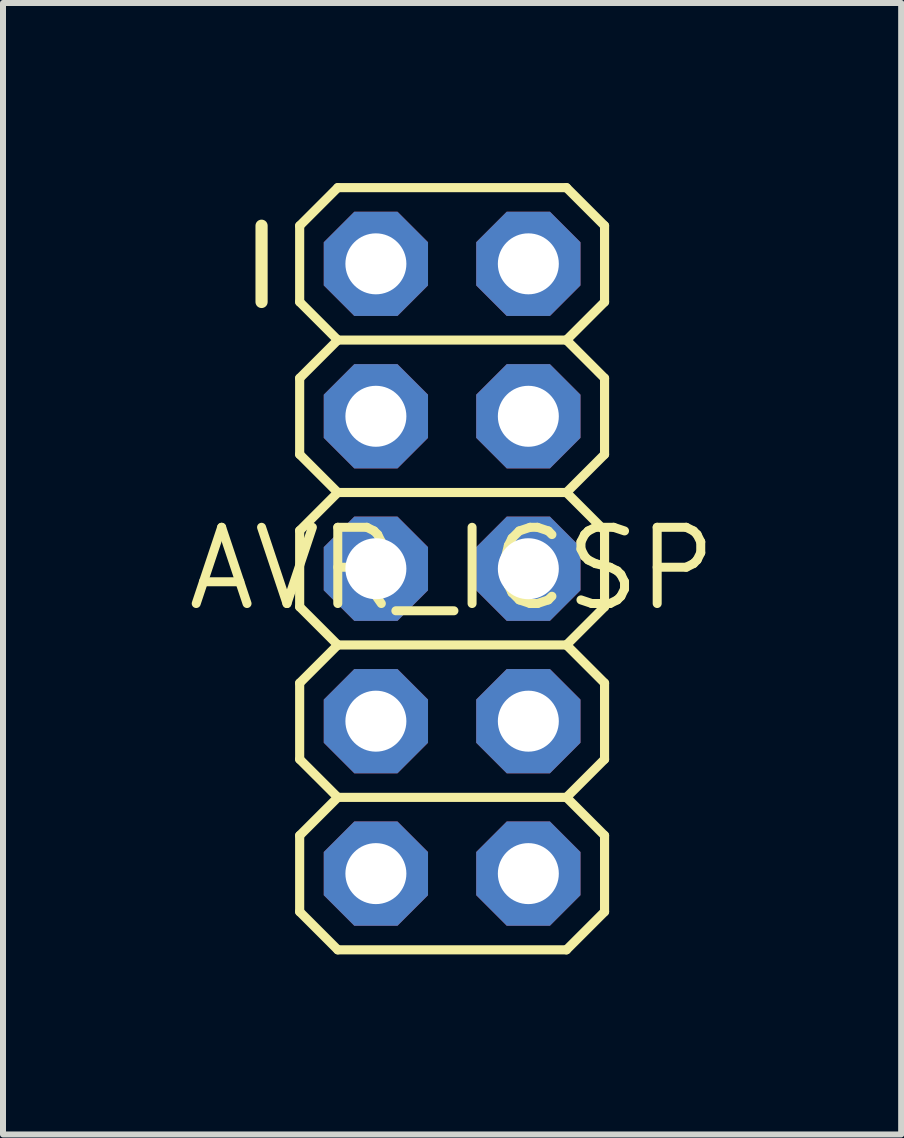
<source format=kicad_pcb>
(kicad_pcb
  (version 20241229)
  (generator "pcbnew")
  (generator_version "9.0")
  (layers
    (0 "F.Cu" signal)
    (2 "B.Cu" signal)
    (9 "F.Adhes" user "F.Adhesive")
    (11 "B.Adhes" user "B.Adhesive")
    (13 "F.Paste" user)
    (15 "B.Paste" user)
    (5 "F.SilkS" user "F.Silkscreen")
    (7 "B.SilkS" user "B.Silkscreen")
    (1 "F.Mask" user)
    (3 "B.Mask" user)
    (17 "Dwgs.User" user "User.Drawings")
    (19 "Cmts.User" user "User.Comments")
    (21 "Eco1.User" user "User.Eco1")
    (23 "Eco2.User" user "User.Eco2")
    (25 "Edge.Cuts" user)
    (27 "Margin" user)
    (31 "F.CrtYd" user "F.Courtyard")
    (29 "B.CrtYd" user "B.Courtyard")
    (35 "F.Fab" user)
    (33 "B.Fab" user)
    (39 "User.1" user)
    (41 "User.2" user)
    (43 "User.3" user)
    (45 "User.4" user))
  (footprint "AVR_ICSP"
    (layer "F.Cu")
    (at 4.483 6.426)
    (property "Reference" "AVR_ICSP" (at 0 0 0) (layer "F.SilkS") (effects (font (size 1.27 1.27) (thickness 0.15))))
    (fp_poly (pts (xy -0.401 -5.44) (xy -0.401 -4.72) (xy -0.91 -4.211) (xy -1.63 -4.211) (xy -2.139 -4.72) (xy -2.139 -5.44) (xy -1.63 -5.949) (xy -0.91 -5.949)) (stroke (width 0) (type default)) (fill yes) (layer "F.Mask"))
    (fp_poly (pts (xy -0.401 -2.9) (xy -0.401 -2.18) (xy -0.91 -1.671) (xy -1.63 -1.671) (xy -2.139 -2.18) (xy -2.139 -2.9) (xy -1.63 -3.409) (xy -0.91 -3.409)) (stroke (width 0) (type default)) (fill yes) (layer "F.Mask"))
    (fp_poly (pts (xy -0.401 -0.36) (xy -0.401 0.36) (xy -0.91 0.869) (xy -1.63 0.869) (xy -2.139 0.36) (xy -2.139 -0.36) (xy -1.63 -0.869) (xy -0.91 -0.869)) (stroke (width 0) (type default)) (fill yes) (layer "F.Mask"))
    (fp_poly (pts (xy -0.401 2.18) (xy -0.401 2.9) (xy -0.91 3.409) (xy -1.63 3.409) (xy -2.139 2.9) (xy -2.139 2.18) (xy -1.63 1.671) (xy -0.91 1.671)) (stroke (width 0) (type default)) (fill yes) (layer "F.Mask"))
    (fp_poly (pts (xy -0.401 4.72) (xy -0.401 5.44) (xy -0.91 5.949) (xy -1.63 5.949) (xy -2.139 5.44) (xy -2.139 4.72) (xy -1.63 4.211) (xy -0.91 4.211)) (stroke (width 0) (type default)) (fill yes) (layer "F.Mask"))
    (fp_poly (pts (xy 2.139 -5.44) (xy 2.139 -4.72) (xy 1.63 -4.211) (xy 0.91 -4.211) (xy 0.401 -4.72) (xy 0.401 -5.44) (xy 0.91 -5.949) (xy 1.63 -5.949)) (stroke (width 0) (type default)) (fill yes) (layer "F.Mask"))
    (fp_poly (pts (xy 2.139 -2.9) (xy 2.139 -2.18) (xy 1.63 -1.671) (xy 0.91 -1.671) (xy 0.401 -2.18) (xy 0.401 -2.9) (xy 0.91 -3.409) (xy 1.63 -3.409)) (stroke (width 0) (type default)) (fill yes) (layer "F.Mask"))
    (fp_poly (pts (xy 2.139 -0.36) (xy 2.139 0.36) (xy 1.63 0.869) (xy 0.91 0.869) (xy 0.401 0.36) (xy 0.401 -0.36) (xy 0.91 -0.869) (xy 1.63 -0.869)) (stroke (width 0) (type default)) (fill yes) (layer "F.Mask"))
    (fp_poly (pts (xy 2.139 2.18) (xy 2.139 2.9) (xy 1.63 3.409) (xy 0.91 3.409) (xy 0.401 2.9) (xy 0.401 2.18) (xy 0.91 1.671) (xy 1.63 1.671)) (stroke (width 0) (type default)) (fill yes) (layer "F.Mask"))
    (fp_poly (pts (xy 2.139 4.72) (xy 2.139 5.44) (xy 1.63 5.949) (xy 0.91 5.949) (xy 0.401 5.44) (xy 0.401 4.72) (xy 0.91 4.211) (xy 1.63 4.211)) (stroke (width 0) (type default)) (fill yes) (layer "F.Mask"))
    (fp_poly (pts (xy -0.401 -5.44) (xy -0.401 -4.72) (xy -0.91 -4.211) (xy -1.63 -4.211) (xy -2.139 -4.72) (xy -2.139 -5.44) (xy -1.63 -5.949) (xy -0.91 -5.949)) (stroke (width 0) (type default)) (fill yes) (layer "B.Mask"))
    (fp_poly (pts (xy -0.401 -2.9) (xy -0.401 -2.18) (xy -0.91 -1.671) (xy -1.63 -1.671) (xy -2.139 -2.18) (xy -2.139 -2.9) (xy -1.63 -3.409) (xy -0.91 -3.409)) (stroke (width 0) (type default)) (fill yes) (layer "B.Mask"))
    (fp_poly (pts (xy -0.401 -0.36) (xy -0.401 0.36) (xy -0.91 0.869) (xy -1.63 0.869) (xy -2.139 0.36) (xy -2.139 -0.36) (xy -1.63 -0.869) (xy -0.91 -0.869)) (stroke (width 0) (type default)) (fill yes) (layer "B.Mask"))
    (fp_poly (pts (xy -0.401 2.18) (xy -0.401 2.9) (xy -0.91 3.409) (xy -1.63 3.409) (xy -2.139 2.9) (xy -2.139 2.18) (xy -1.63 1.671) (xy -0.91 1.671)) (stroke (width 0) (type default)) (fill yes) (layer "B.Mask"))
    (fp_poly (pts (xy -0.401 4.72) (xy -0.401 5.44) (xy -0.91 5.949) (xy -1.63 5.949) (xy -2.139 5.44) (xy -2.139 4.72) (xy -1.63 4.211) (xy -0.91 4.211)) (stroke (width 0) (type default)) (fill yes) (layer "B.Mask"))
    (fp_poly (pts (xy 2.139 -5.44) (xy 2.139 -4.72) (xy 1.63 -4.211) (xy 0.91 -4.211) (xy 0.401 -4.72) (xy 0.401 -5.44) (xy 0.91 -5.949) (xy 1.63 -5.949)) (stroke (width 0) (type default)) (fill yes) (layer "B.Mask"))
    (fp_poly (pts (xy 2.139 -2.9) (xy 2.139 -2.18) (xy 1.63 -1.671) (xy 0.91 -1.671) (xy 0.401 -2.18) (xy 0.401 -2.9) (xy 0.91 -3.409) (xy 1.63 -3.409)) (stroke (width 0) (type default)) (fill yes) (layer "B.Mask"))
    (fp_poly (pts (xy 2.139 -0.36) (xy 2.139 0.36) (xy 1.63 0.869) (xy 0.91 0.869) (xy 0.401 0.36) (xy 0.401 -0.36) (xy 0.91 -0.869) (xy 1.63 -0.869)) (stroke (width 0) (type default)) (fill yes) (layer "B.Mask"))
    (fp_poly (pts (xy 2.139 2.18) (xy 2.139 2.9) (xy 1.63 3.409) (xy 0.91 3.409) (xy 0.401 2.9) (xy 0.401 2.18) (xy 0.91 1.671) (xy 1.63 1.671)) (stroke (width 0) (type default)) (fill yes) (layer "B.Mask"))
    (fp_poly (pts (xy 2.139 4.72) (xy 2.139 5.44) (xy 1.63 5.949) (xy 0.91 5.949) (xy 0.401 5.44) (xy 0.401 4.72) (xy 0.91 4.211) (xy 1.63 4.211)) (stroke (width 0) (type default)) (fill yes) (layer "B.Mask"))
    (fp_line (start -3.175 -5.715) (end -3.175 -4.445) (stroke (width 0.203) (type solid)) (layer "F.SilkS"))
    (fp_line (start -2.54 -5.715) (end -2.54 -4.445) (stroke (width 0.152) (type solid)) (layer "F.SilkS"))
    (fp_line (start -2.54 -4.445) (end -1.905 -3.81) (stroke (width 0.152) (type solid)) (layer "F.SilkS"))
    (fp_line (start -2.54 -3.175) (end -2.54 -1.905) (stroke (width 0.152) (type solid)) (layer "F.SilkS"))
    (fp_line (start -2.54 -1.905) (end -1.905 -1.27) (stroke (width 0.152) (type solid)) (layer "F.SilkS"))
    (fp_line (start -2.54 -0.635) (end -2.54 0.635) (stroke (width 0.152) (type solid)) (layer "F.SilkS"))
    (fp_line (start -2.54 0.635) (end -1.905 1.27) (stroke (width 0.152) (type solid)) (layer "F.SilkS"))
    (fp_line (start -2.54 1.905) (end -2.54 3.175) (stroke (width 0.152) (type solid)) (layer "F.SilkS"))
    (fp_line (start -2.54 3.175) (end -1.905 3.81) (stroke (width 0.152) (type solid)) (layer "F.SilkS"))
    (fp_line (start -2.54 4.445) (end -2.54 5.715) (stroke (width 0.152) (type solid)) (layer "F.SilkS"))
    (fp_line (start -2.54 5.715) (end -1.905 6.35) (stroke (width 0.152) (type solid)) (layer "F.SilkS"))
    (fp_line (start -1.905 -6.35) (end -2.54 -5.715) (stroke (width 0.152) (type solid)) (layer "F.SilkS"))
    (fp_line (start -1.905 -6.35) (end 1.905 -6.35) (stroke (width 0.152) (type solid)) (layer "F.SilkS"))
    (fp_line (start -1.905 -3.81) (end -2.54 -3.175) (stroke (width 0.152) (type solid)) (layer "F.SilkS"))
    (fp_line (start -1.905 -1.27) (end -2.54 -0.635) (stroke (width 0.152) (type solid)) (layer "F.SilkS"))
    (fp_line (start -1.905 1.27) (end -2.54 1.905) (stroke (width 0.152) (type solid)) (layer "F.SilkS"))
    (fp_line (start -1.905 3.81) (end -2.54 4.445) (stroke (width 0.152) (type solid)) (layer "F.SilkS"))
    (fp_line (start 1.905 -6.35) (end 2.54 -5.715) (stroke (width 0.152) (type solid)) (layer "F.SilkS"))
    (fp_line (start 1.905 -3.81) (end -1.905 -3.81) (stroke (width 0.152) (type solid)) (layer "F.SilkS"))
    (fp_line (start 1.905 -3.81) (end 2.54 -3.175) (stroke (width 0.152) (type solid)) (layer "F.SilkS"))
    (fp_line (start 1.905 -1.27) (end -1.905 -1.27) (stroke (width 0.152) (type solid)) (layer "F.SilkS"))
    (fp_line (start 1.905 -1.27) (end 2.54 -0.635) (stroke (width 0.152) (type solid)) (layer "F.SilkS"))
    (fp_line (start 1.905 1.27) (end -1.905 1.27) (stroke (width 0.152) (type solid)) (layer "F.SilkS"))
    (fp_line (start 1.905 1.27) (end 2.54 1.905) (stroke (width 0.152) (type solid)) (layer "F.SilkS"))
    (fp_line (start 1.905 3.81) (end -1.905 3.81) (stroke (width 0.152) (type solid)) (layer "F.SilkS"))
    (fp_line (start 1.905 3.81) (end 2.54 4.445) (stroke (width 0.152) (type solid)) (layer "F.SilkS"))
    (fp_line (start 1.905 6.35) (end -1.905 6.35) (stroke (width 0.152) (type solid)) (layer "F.SilkS"))
    (fp_line (start 2.54 -5.715) (end 2.54 -4.445) (stroke (width 0.152) (type solid)) (layer "F.SilkS"))
    (fp_line (start 2.54 -4.445) (end 1.905 -3.81) (stroke (width 0.152) (type solid)) (layer "F.SilkS"))
    (fp_line (start 2.54 -3.175) (end 2.54 -1.905) (stroke (width 0.152) (type solid)) (layer "F.SilkS"))
    (fp_line (start 2.54 -1.905) (end 1.905 -1.27) (stroke (width 0.152) (type solid)) (layer "F.SilkS"))
    (fp_line (start 2.54 -0.635) (end 2.54 0.635) (stroke (width 0.152) (type solid)) (layer "F.SilkS"))
    (fp_line (start 2.54 0.635) (end 1.905 1.27) (stroke (width 0.152) (type solid)) (layer "F.SilkS"))
    (fp_line (start 2.54 1.905) (end 2.54 3.175) (stroke (width 0.152) (type solid)) (layer "F.SilkS"))
    (fp_line (start 2.54 3.175) (end 1.905 3.81) (stroke (width 0.152) (type solid)) (layer "F.SilkS"))
    (fp_line (start 2.54 4.445) (end 2.54 5.715) (stroke (width 0.152) (type solid)) (layer "F.SilkS"))
    (fp_line (start 2.54 5.715) (end 1.905 6.35) (stroke (width 0.152) (type solid)) (layer "F.SilkS"))
    (fp_poly (pts (xy -1.016 -0.254) (xy -1.523 -0.254) (xy -1.523 0.254) (xy -1.016 0.254)) (stroke (width 0) (type default)) (fill yes) (layer "F.SilkS"))
    (fp_poly (pts (xy -1.016 -5.334) (xy -1.523 -5.334) (xy -1.523 -4.826) (xy -1.016 -4.826)) (stroke (width 0.1) (type default)) (fill no) (layer "F.Fab"))
    (fp_poly (pts (xy -1.016 -2.794) (xy -1.523 -2.794) (xy -1.523 -2.286) (xy -1.016 -2.286)) (stroke (width 0.1) (type default)) (fill no) (layer "F.Fab"))
    (fp_poly (pts (xy -1.016 2.286) (xy -1.523 2.286) (xy -1.523 2.794) (xy -1.016 2.794)) (stroke (width 0.1) (type default)) (fill no) (layer "F.Fab"))
    (fp_poly (pts (xy -1.016 4.826) (xy -1.523 4.826) (xy -1.523 5.334) (xy -1.016 5.334)) (stroke (width 0.1) (type default)) (fill no) (layer "F.Fab"))
    (fp_poly (pts (xy 1.524 -5.334) (xy 1.016 -5.334) (xy 1.016 -4.826) (xy 1.524 -4.826)) (stroke (width 0.1) (type default)) (fill no) (layer "F.Fab"))
    (fp_poly (pts (xy 1.524 -2.794) (xy 1.016 -2.794) (xy 1.016 -2.286) (xy 1.524 -2.286)) (stroke (width 0.1) (type default)) (fill no) (layer "F.Fab"))
    (fp_poly (pts (xy 1.524 -0.254) (xy 1.016 -0.254) (xy 1.016 0.254) (xy 1.524 0.254)) (stroke (width 0.1) (type default)) (fill no) (layer "F.Fab"))
    (fp_poly (pts (xy 1.524 2.286) (xy 1.016 2.286) (xy 1.016 2.794) (xy 1.524 2.794)) (stroke (width 0.1) (type default)) (fill no) (layer "F.Fab"))
    (fp_poly (pts (xy 1.524 4.826) (xy 1.016 4.826) (xy 1.016 5.334) (xy 1.524 5.334)) (stroke (width 0.1) (type default)) (fill no) (layer "F.Fab"))
    (pad "1" thru_hole roundrect (at -1.27 -5.08 270) (size 1.737 1.737) (drill 1.016) (layers "*.Cu") (roundrect_rratio 0.25) (chamfer_ratio 0.293) (chamfer top_left top_right bottom_left bottom_right))
    (pad "2" thru_hole roundrect (at 1.27 -5.08 270) (size 1.737 1.737) (drill 1.016) (layers "*.Cu") (roundrect_rratio 0.25) (chamfer_ratio 0.293) (chamfer top_left top_right bottom_left bottom_right))
    (pad "3" thru_hole roundrect (at -1.27 -2.54 270) (size 1.737 1.737) (drill 1.016) (layers "*.Cu") (roundrect_rratio 0.25) (chamfer_ratio 0.293) (chamfer top_left top_right bottom_left bottom_right))
    (pad "4" thru_hole roundrect (at 1.27 -2.54 270) (size 1.737 1.737) (drill 1.016) (layers "*.Cu") (roundrect_rratio 0.25) (chamfer_ratio 0.293) (chamfer top_left top_right bottom_left bottom_right))
    (pad "5" thru_hole roundrect (at -1.27 0 270) (size 1.737 1.737) (drill 1.016) (layers "*.Cu") (roundrect_rratio 0.25) (chamfer_ratio 0.293) (chamfer top_left top_right bottom_left bottom_right))
    (pad "6" thru_hole roundrect (at 1.27 0 270) (size 1.737 1.737) (drill 1.016) (layers "*.Cu") (roundrect_rratio 0.25) (chamfer_ratio 0.293) (chamfer top_left top_right bottom_left bottom_right))
    (pad "7" thru_hole roundrect (at -1.27 2.54 270) (size 1.737 1.737) (drill 1.016) (layers "*.Cu") (roundrect_rratio 0.25) (chamfer_ratio 0.293) (chamfer top_left top_right bottom_left bottom_right))
    (pad "8" thru_hole roundrect (at 1.27 2.54 270) (size 1.737 1.737) (drill 1.016) (layers "*.Cu") (roundrect_rratio 0.25) (chamfer_ratio 0.293) (chamfer top_left top_right bottom_left bottom_right))
    (pad "9" thru_hole roundrect (at -1.27 5.08 270) (size 1.737 1.737) (drill 1.016) (layers "*.Cu") (roundrect_rratio 0.25) (chamfer_ratio 0.293) (chamfer top_left top_right bottom_left bottom_right))
    (pad "10" thru_hole roundrect (at 1.27 5.08 270) (size 1.737 1.737) (drill 1.016) (layers "*.Cu") (roundrect_rratio 0.25) (chamfer_ratio 0.293) (chamfer top_left top_right bottom_left bottom_right)))
  (gr_rect
    (start -3 -3)
    (end 11.965 15.852)
    (stroke (width 0.1) (type default))
    (fill no)
    (layer "Edge.Cuts")))
</source>
